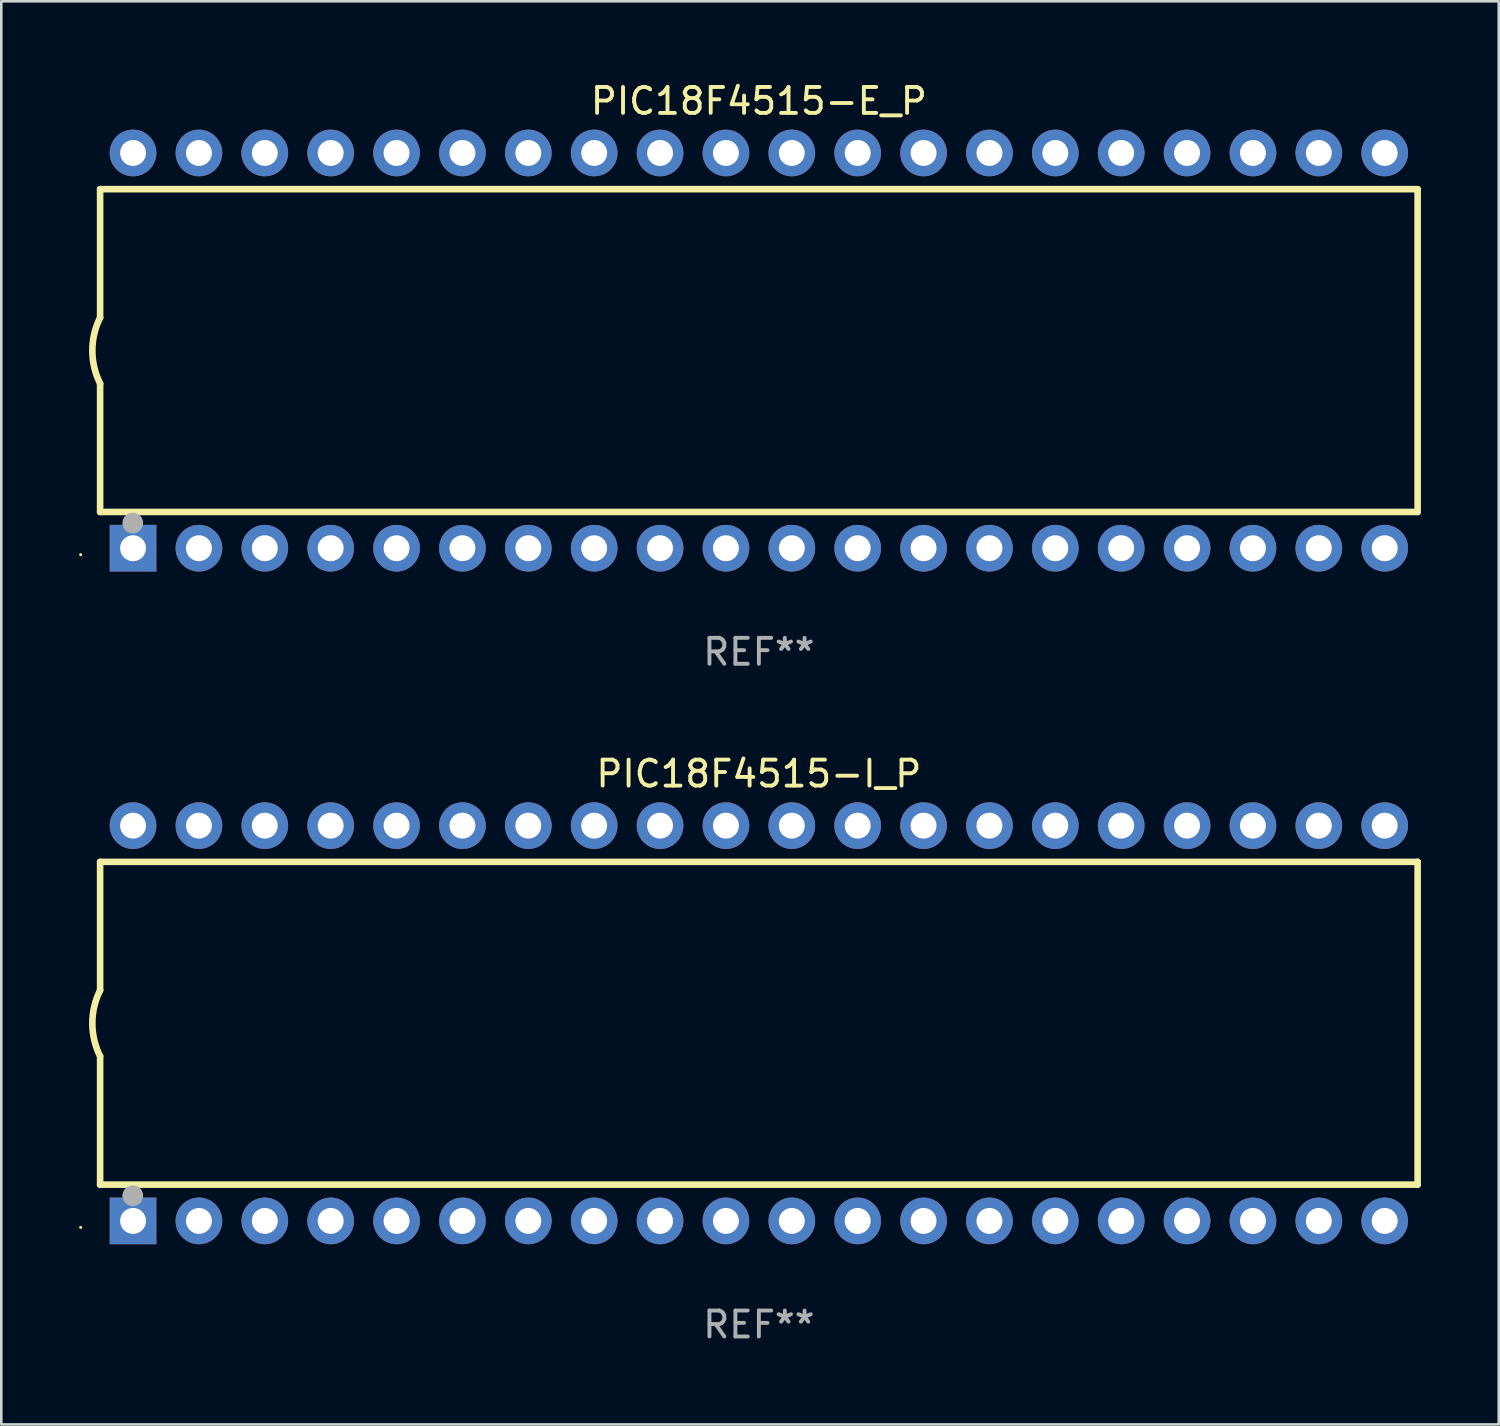
<source format=kicad_pcb>
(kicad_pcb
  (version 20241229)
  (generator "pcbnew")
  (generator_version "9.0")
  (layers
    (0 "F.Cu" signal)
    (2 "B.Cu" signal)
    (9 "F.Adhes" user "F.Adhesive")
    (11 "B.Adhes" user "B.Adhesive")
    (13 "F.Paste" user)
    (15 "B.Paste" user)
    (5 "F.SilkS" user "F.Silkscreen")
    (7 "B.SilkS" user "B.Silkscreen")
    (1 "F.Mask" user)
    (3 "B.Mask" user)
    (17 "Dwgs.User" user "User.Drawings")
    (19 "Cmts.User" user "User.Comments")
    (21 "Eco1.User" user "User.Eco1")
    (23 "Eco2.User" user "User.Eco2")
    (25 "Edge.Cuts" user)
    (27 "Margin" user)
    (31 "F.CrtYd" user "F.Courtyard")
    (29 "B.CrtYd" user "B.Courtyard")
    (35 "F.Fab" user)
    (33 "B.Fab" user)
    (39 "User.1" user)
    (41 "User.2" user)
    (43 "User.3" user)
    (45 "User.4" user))
  (footprint "PIC18F4515-I_P"
    (layer "F.Cu")
    (at 26.21 36.405)
    (property "Reference" "PIC18F4515-I_P" (at 0 -9.62 0) (layer "F.SilkS") (effects (font (size 1 1) (thickness 0.15))))
    (attr through_hole)
    (fp_line (start -25.4 -6.224) (end -25.4 -1.271) (stroke (width 0.254) (type solid)) (layer "F.SilkS"))
    (fp_line (start -25.4 -6.224) (end 25.4 -6.224) (stroke (width 0.254) (type solid)) (layer "F.SilkS"))
    (fp_line (start -25.4 1.269) (end -25.4 6.222) (stroke (width 0.254) (type solid)) (layer "F.SilkS"))
    (fp_line (start -25.4 6.222) (end 25.4 6.222) (stroke (width 0.254) (type solid)) (layer "F.SilkS"))
    (fp_line (start 25.4 6.222) (end 25.4 -6.224) (stroke (width 0.254) (type solid)) (layer "F.SilkS"))
    (fp_arc (start -25.4 1.269241) (mid -25.699807 -0.000762) (end -25.4 -1.270765) (stroke (width 0.254001) (type solid)) (layer "F.SilkS"))
    (fp_circle (center -26.15 7.87) (end -26.12 7.87) (stroke (width 0.06) (type solid)) (fill no) (layer "F.SilkS"))
    (fp_circle (center -24.14 6.65) (end -23.94 6.65) (stroke (width 0.4) (type solid)) (fill no) (layer "F.Fab"))
    (fp_text user "REF**" (at 0 11.62 0) (layer "F.Fab") (effects (font (size 1 1) (thickness 0.15))))
    (pad "1" thru_hole rect (at -24.13 7.62 90) (size 1.8 1.8) (drill 1) (layers "*.Cu" "*.Mask"))
    (pad "2" thru_hole circle (at -21.59 7.62) (size 1.8 1.8) (drill 1) (layers "*.Cu" "*.Mask"))
    (pad "3" thru_hole circle (at -19.05 7.62) (size 1.8 1.8) (drill 1) (layers "*.Cu" "*.Mask"))
    (pad "4" thru_hole circle (at -16.51 7.62) (size 1.8 1.8) (drill 1) (layers "*.Cu" "*.Mask"))
    (pad "5" thru_hole circle (at -13.97 7.62) (size 1.8 1.8) (drill 1) (layers "*.Cu" "*.Mask"))
    (pad "6" thru_hole circle (at -11.43 7.62) (size 1.8 1.8) (drill 1) (layers "*.Cu" "*.Mask"))
    (pad "7" thru_hole circle (at -8.89 7.62) (size 1.8 1.8) (drill 1) (layers "*.Cu" "*.Mask"))
    (pad "8" thru_hole circle (at -6.35 7.62) (size 1.8 1.8) (drill 1) (layers "*.Cu" "*.Mask"))
    (pad "9" thru_hole circle (at -3.81 7.62) (size 1.8 1.8) (drill 1) (layers "*.Cu" "*.Mask"))
    (pad "10" thru_hole circle (at -1.27 7.62) (size 1.8 1.8) (drill 1) (layers "*.Cu" "*.Mask"))
    (pad "11" thru_hole circle (at 1.27 7.62) (size 1.8 1.8) (drill 1) (layers "*.Cu" "*.Mask"))
    (pad "12" thru_hole circle (at 3.81 7.62) (size 1.8 1.8) (drill 1) (layers "*.Cu" "*.Mask"))
    (pad "13" thru_hole circle (at 6.35 7.62) (size 1.8 1.8) (drill 1) (layers "*.Cu" "*.Mask"))
    (pad "14" thru_hole circle (at 8.89 7.62) (size 1.8 1.8) (drill 1) (layers "*.Cu" "*.Mask"))
    (pad "15" thru_hole circle (at 11.43 7.62) (size 1.8 1.8) (drill 1) (layers "*.Cu" "*.Mask"))
    (pad "16" thru_hole circle (at 13.97 7.62) (size 1.8 1.8) (drill 1) (layers "*.Cu" "*.Mask"))
    (pad "17" thru_hole circle (at 16.51 7.62) (size 1.8 1.8) (drill 1) (layers "*.Cu" "*.Mask"))
    (pad "18" thru_hole circle (at 19.05 7.62) (size 1.8 1.8) (drill 1) (layers "*.Cu" "*.Mask"))
    (pad "19" thru_hole circle (at 21.59 7.62) (size 1.8 1.8) (drill 1) (layers "*.Cu" "*.Mask"))
    (pad "20" thru_hole circle (at 24.13 7.62) (size 1.8 1.8) (drill 1) (layers "*.Cu" "*.Mask"))
    (pad "21" thru_hole circle (at 24.13 -7.62) (size 1.8 1.8) (drill 1) (layers "*.Cu" "*.Mask"))
    (pad "22" thru_hole circle (at 21.59 -7.62) (size 1.8 1.8) (drill 1) (layers "*.Cu" "*.Mask"))
    (pad "23" thru_hole circle (at 19.05 -7.62) (size 1.8 1.8) (drill 1) (layers "*.Cu" "*.Mask"))
    (pad "24" thru_hole circle (at 16.51 -7.62) (size 1.8 1.8) (drill 1) (layers "*.Cu" "*.Mask"))
    (pad "25" thru_hole circle (at 13.97 -7.62) (size 1.8 1.8) (drill 1) (layers "*.Cu" "*.Mask"))
    (pad "26" thru_hole circle (at 11.43 -7.62) (size 1.8 1.8) (drill 1) (layers "*.Cu" "*.Mask"))
    (pad "27" thru_hole circle (at 8.89 -7.62) (size 1.8 1.8) (drill 1) (layers "*.Cu" "*.Mask"))
    (pad "28" thru_hole circle (at 6.35 -7.62) (size 1.8 1.8) (drill 1) (layers "*.Cu" "*.Mask"))
    (pad "29" thru_hole circle (at 3.81 -7.62) (size 1.8 1.8) (drill 1) (layers "*.Cu" "*.Mask"))
    (pad "30" thru_hole circle (at 1.27 -7.62) (size 1.8 1.8) (drill 1) (layers "*.Cu" "*.Mask"))
    (pad "31" thru_hole circle (at -1.27 -7.62) (size 1.8 1.8) (drill 1) (layers "*.Cu" "*.Mask"))
    (pad "32" thru_hole circle (at -3.81 -7.62) (size 1.8 1.8) (drill 1) (layers "*.Cu" "*.Mask"))
    (pad "33" thru_hole circle (at -6.35 -7.62) (size 1.8 1.8) (drill 1) (layers "*.Cu" "*.Mask"))
    (pad "34" thru_hole circle (at -8.89 -7.62) (size 1.8 1.8) (drill 1) (layers "*.Cu" "*.Mask"))
    (pad "35" thru_hole circle (at -11.43 -7.62) (size 1.8 1.8) (drill 1) (layers "*.Cu" "*.Mask"))
    (pad "36" thru_hole circle (at -13.97 -7.62) (size 1.8 1.8) (drill 1) (layers "*.Cu" "*.Mask"))
    (pad "37" thru_hole circle (at -16.51 -7.62) (size 1.8 1.8) (drill 1) (layers "*.Cu" "*.Mask"))
    (pad "38" thru_hole circle (at -19.05 -7.62) (size 1.8 1.8) (drill 1) (layers "*.Cu" "*.Mask"))
    (pad "39" thru_hole circle (at -21.59 -7.62) (size 1.8 1.8) (drill 1) (layers "*.Cu" "*.Mask"))
    (pad "40" thru_hole circle (at -24.13 -7.62) (size 1.8 1.8) (drill 1) (layers "*.Cu" "*.Mask")))
  (footprint "PIC18F4515-E_P"
    (layer "F.Cu")
    (at 26.21 10.468)
    (property "Reference" "PIC18F4515-E_P" (at 0 -9.62 0) (layer "F.SilkS") (effects (font (size 1 1) (thickness 0.15))))
    (attr through_hole)
    (fp_line (start -25.4 -6.224) (end -25.4 -1.271) (stroke (width 0.254) (type solid)) (layer "F.SilkS"))
    (fp_line (start -25.4 -6.224) (end 25.4 -6.224) (stroke (width 0.254) (type solid)) (layer "F.SilkS"))
    (fp_line (start -25.4 1.269) (end -25.4 6.222) (stroke (width 0.254) (type solid)) (layer "F.SilkS"))
    (fp_line (start -25.4 6.222) (end 25.4 6.222) (stroke (width 0.254) (type solid)) (layer "F.SilkS"))
    (fp_line (start 25.4 6.222) (end 25.4 -6.224) (stroke (width 0.254) (type solid)) (layer "F.SilkS"))
    (fp_arc (start -25.4 1.269241) (mid -25.699807 -0.000762) (end -25.4 -1.270765) (stroke (width 0.254001) (type solid)) (layer "F.SilkS"))
    (fp_circle (center -26.15 7.87) (end -26.12 7.87) (stroke (width 0.06) (type solid)) (fill no) (layer "F.SilkS"))
    (fp_circle (center -24.14 6.65) (end -23.94 6.65) (stroke (width 0.4) (type solid)) (fill no) (layer "F.Fab"))
    (fp_text user "REF**" (at 0 11.62 0) (layer "F.Fab") (effects (font (size 1 1) (thickness 0.15))))
    (pad "1" thru_hole rect (at -24.13 7.62 90) (size 1.8 1.8) (drill 1) (layers "*.Cu" "*.Mask"))
    (pad "2" thru_hole circle (at -21.59 7.62) (size 1.8 1.8) (drill 1) (layers "*.Cu" "*.Mask"))
    (pad "3" thru_hole circle (at -19.05 7.62) (size 1.8 1.8) (drill 1) (layers "*.Cu" "*.Mask"))
    (pad "4" thru_hole circle (at -16.51 7.62) (size 1.8 1.8) (drill 1) (layers "*.Cu" "*.Mask"))
    (pad "5" thru_hole circle (at -13.97 7.62) (size 1.8 1.8) (drill 1) (layers "*.Cu" "*.Mask"))
    (pad "6" thru_hole circle (at -11.43 7.62) (size 1.8 1.8) (drill 1) (layers "*.Cu" "*.Mask"))
    (pad "7" thru_hole circle (at -8.89 7.62) (size 1.8 1.8) (drill 1) (layers "*.Cu" "*.Mask"))
    (pad "8" thru_hole circle (at -6.35 7.62) (size 1.8 1.8) (drill 1) (layers "*.Cu" "*.Mask"))
    (pad "9" thru_hole circle (at -3.81 7.62) (size 1.8 1.8) (drill 1) (layers "*.Cu" "*.Mask"))
    (pad "10" thru_hole circle (at -1.27 7.62) (size 1.8 1.8) (drill 1) (layers "*.Cu" "*.Mask"))
    (pad "11" thru_hole circle (at 1.27 7.62) (size 1.8 1.8) (drill 1) (layers "*.Cu" "*.Mask"))
    (pad "12" thru_hole circle (at 3.81 7.62) (size 1.8 1.8) (drill 1) (layers "*.Cu" "*.Mask"))
    (pad "13" thru_hole circle (at 6.35 7.62) (size 1.8 1.8) (drill 1) (layers "*.Cu" "*.Mask"))
    (pad "14" thru_hole circle (at 8.89 7.62) (size 1.8 1.8) (drill 1) (layers "*.Cu" "*.Mask"))
    (pad "15" thru_hole circle (at 11.43 7.62) (size 1.8 1.8) (drill 1) (layers "*.Cu" "*.Mask"))
    (pad "16" thru_hole circle (at 13.97 7.62) (size 1.8 1.8) (drill 1) (layers "*.Cu" "*.Mask"))
    (pad "17" thru_hole circle (at 16.51 7.62) (size 1.8 1.8) (drill 1) (layers "*.Cu" "*.Mask"))
    (pad "18" thru_hole circle (at 19.05 7.62) (size 1.8 1.8) (drill 1) (layers "*.Cu" "*.Mask"))
    (pad "19" thru_hole circle (at 21.59 7.62) (size 1.8 1.8) (drill 1) (layers "*.Cu" "*.Mask"))
    (pad "20" thru_hole circle (at 24.13 7.62) (size 1.8 1.8) (drill 1) (layers "*.Cu" "*.Mask"))
    (pad "21" thru_hole circle (at 24.13 -7.62) (size 1.8 1.8) (drill 1) (layers "*.Cu" "*.Mask"))
    (pad "22" thru_hole circle (at 21.59 -7.62) (size 1.8 1.8) (drill 1) (layers "*.Cu" "*.Mask"))
    (pad "23" thru_hole circle (at 19.05 -7.62) (size 1.8 1.8) (drill 1) (layers "*.Cu" "*.Mask"))
    (pad "24" thru_hole circle (at 16.51 -7.62) (size 1.8 1.8) (drill 1) (layers "*.Cu" "*.Mask"))
    (pad "25" thru_hole circle (at 13.97 -7.62) (size 1.8 1.8) (drill 1) (layers "*.Cu" "*.Mask"))
    (pad "26" thru_hole circle (at 11.43 -7.62) (size 1.8 1.8) (drill 1) (layers "*.Cu" "*.Mask"))
    (pad "27" thru_hole circle (at 8.89 -7.62) (size 1.8 1.8) (drill 1) (layers "*.Cu" "*.Mask"))
    (pad "28" thru_hole circle (at 6.35 -7.62) (size 1.8 1.8) (drill 1) (layers "*.Cu" "*.Mask"))
    (pad "29" thru_hole circle (at 3.81 -7.62) (size 1.8 1.8) (drill 1) (layers "*.Cu" "*.Mask"))
    (pad "30" thru_hole circle (at 1.27 -7.62) (size 1.8 1.8) (drill 1) (layers "*.Cu" "*.Mask"))
    (pad "31" thru_hole circle (at -1.27 -7.62) (size 1.8 1.8) (drill 1) (layers "*.Cu" "*.Mask"))
    (pad "32" thru_hole circle (at -3.81 -7.62) (size 1.8 1.8) (drill 1) (layers "*.Cu" "*.Mask"))
    (pad "33" thru_hole circle (at -6.35 -7.62) (size 1.8 1.8) (drill 1) (layers "*.Cu" "*.Mask"))
    (pad "34" thru_hole circle (at -8.89 -7.62) (size 1.8 1.8) (drill 1) (layers "*.Cu" "*.Mask"))
    (pad "35" thru_hole circle (at -11.43 -7.62) (size 1.8 1.8) (drill 1) (layers "*.Cu" "*.Mask"))
    (pad "36" thru_hole circle (at -13.97 -7.62) (size 1.8 1.8) (drill 1) (layers "*.Cu" "*.Mask"))
    (pad "37" thru_hole circle (at -16.51 -7.62) (size 1.8 1.8) (drill 1) (layers "*.Cu" "*.Mask"))
    (pad "38" thru_hole circle (at -19.05 -7.62) (size 1.8 1.8) (drill 1) (layers "*.Cu" "*.Mask"))
    (pad "39" thru_hole circle (at -21.59 -7.62) (size 1.8 1.8) (drill 1) (layers "*.Cu" "*.Mask"))
    (pad "40" thru_hole circle (at -24.13 -7.62) (size 1.8 1.8) (drill 1) (layers "*.Cu" "*.Mask")))
  (gr_rect
    (start -3 -3)
    (end 54.737 51.873)
    (stroke (width 0.1) (type default))
    (fill no)
    (layer "Edge.Cuts")))
</source>
